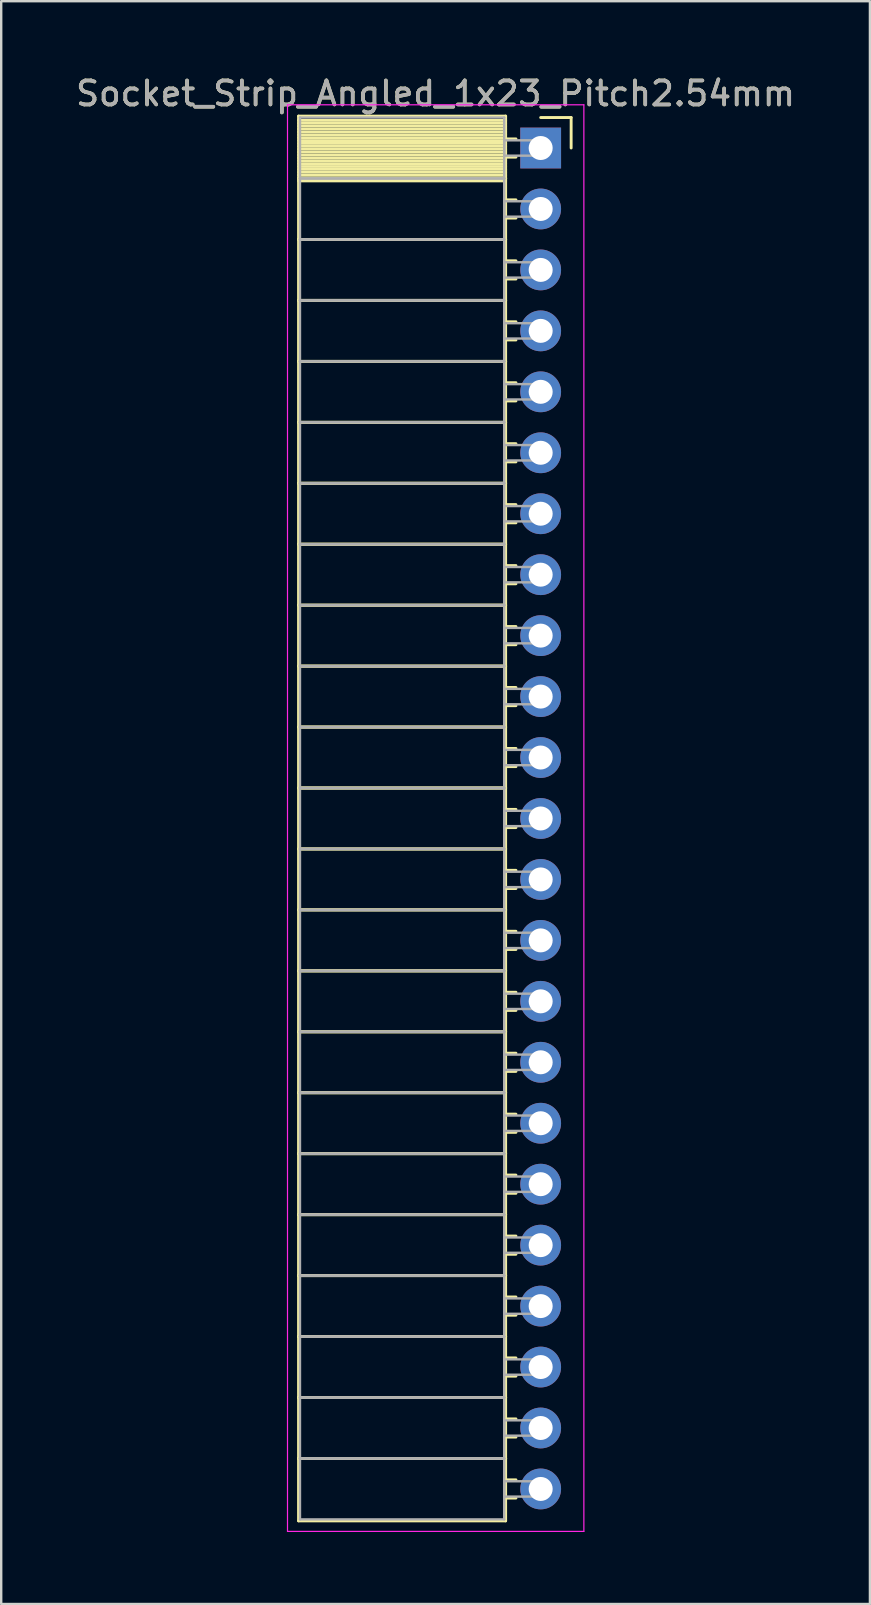
<source format=kicad_pcb>
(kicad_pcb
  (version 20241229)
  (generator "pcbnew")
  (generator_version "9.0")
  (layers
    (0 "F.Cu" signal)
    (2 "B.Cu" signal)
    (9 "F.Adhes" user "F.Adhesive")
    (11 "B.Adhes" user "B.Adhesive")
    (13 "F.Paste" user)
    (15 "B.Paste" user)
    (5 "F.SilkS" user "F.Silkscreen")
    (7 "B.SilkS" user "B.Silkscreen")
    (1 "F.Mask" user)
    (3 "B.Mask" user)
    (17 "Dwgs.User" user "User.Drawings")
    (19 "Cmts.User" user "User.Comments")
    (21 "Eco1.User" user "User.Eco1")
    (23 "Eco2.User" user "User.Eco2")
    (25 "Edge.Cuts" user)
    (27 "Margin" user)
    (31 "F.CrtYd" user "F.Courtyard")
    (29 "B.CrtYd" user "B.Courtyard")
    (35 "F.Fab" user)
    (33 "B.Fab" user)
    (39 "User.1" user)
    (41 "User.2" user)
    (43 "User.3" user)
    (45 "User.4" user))
  (footprint "Socket_Strip_Angled_1x23_Pitch2.54mm"
    (layer "F.Cu")
    (at 19.481 3.118)
    (property "Reference" "Socket_Strip_Angled_1x23_Pitch2.54mm" (at -4.38 -2.27 0) (layer "F.SilkS") (effects (font (size 1 1) (thickness 0.15))))
    (attr through_hole)
    (fp_line (start -10.09 -1.33) (end -1.46 -1.33) (stroke (width 0.12) (type solid)) (layer "F.SilkS"))
    (fp_line (start -10.09 1.27) (end -10.09 -1.33) (stroke (width 0.12) (type solid)) (layer "F.SilkS"))
    (fp_line (start -10.09 1.27) (end -1.46 1.27) (stroke (width 0.12) (type solid)) (layer "F.SilkS"))
    (fp_line (start -10.09 3.81) (end -10.09 1.27) (stroke (width 0.12) (type solid)) (layer "F.SilkS"))
    (fp_line (start -10.09 3.81) (end -1.46 3.81) (stroke (width 0.12) (type solid)) (layer "F.SilkS"))
    (fp_line (start -10.09 6.35) (end -10.09 3.81) (stroke (width 0.12) (type solid)) (layer "F.SilkS"))
    (fp_line (start -10.09 6.35) (end -1.46 6.35) (stroke (width 0.12) (type solid)) (layer "F.SilkS"))
    (fp_line (start -10.09 8.89) (end -10.09 6.35) (stroke (width 0.12) (type solid)) (layer "F.SilkS"))
    (fp_line (start -10.09 8.89) (end -1.46 8.89) (stroke (width 0.12) (type solid)) (layer "F.SilkS"))
    (fp_line (start -10.09 11.43) (end -10.09 8.89) (stroke (width 0.12) (type solid)) (layer "F.SilkS"))
    (fp_line (start -10.09 11.43) (end -1.46 11.43) (stroke (width 0.12) (type solid)) (layer "F.SilkS"))
    (fp_line (start -10.09 13.97) (end -10.09 11.43) (stroke (width 0.12) (type solid)) (layer "F.SilkS"))
    (fp_line (start -10.09 13.97) (end -1.46 13.97) (stroke (width 0.12) (type solid)) (layer "F.SilkS"))
    (fp_line (start -10.09 16.51) (end -10.09 13.97) (stroke (width 0.12) (type solid)) (layer "F.SilkS"))
    (fp_line (start -10.09 16.51) (end -1.46 16.51) (stroke (width 0.12) (type solid)) (layer "F.SilkS"))
    (fp_line (start -10.09 19.05) (end -10.09 16.51) (stroke (width 0.12) (type solid)) (layer "F.SilkS"))
    (fp_line (start -10.09 19.05) (end -1.46 19.05) (stroke (width 0.12) (type solid)) (layer "F.SilkS"))
    (fp_line (start -10.09 21.59) (end -10.09 19.05) (stroke (width 0.12) (type solid)) (layer "F.SilkS"))
    (fp_line (start -10.09 21.59) (end -1.46 21.59) (stroke (width 0.12) (type solid)) (layer "F.SilkS"))
    (fp_line (start -10.09 24.13) (end -10.09 21.59) (stroke (width 0.12) (type solid)) (layer "F.SilkS"))
    (fp_line (start -10.09 24.13) (end -1.46 24.13) (stroke (width 0.12) (type solid)) (layer "F.SilkS"))
    (fp_line (start -10.09 26.67) (end -10.09 24.13) (stroke (width 0.12) (type solid)) (layer "F.SilkS"))
    (fp_line (start -10.09 26.67) (end -1.46 26.67) (stroke (width 0.12) (type solid)) (layer "F.SilkS"))
    (fp_line (start -10.09 29.21) (end -10.09 26.67) (stroke (width 0.12) (type solid)) (layer "F.SilkS"))
    (fp_line (start -10.09 29.21) (end -1.46 29.21) (stroke (width 0.12) (type solid)) (layer "F.SilkS"))
    (fp_line (start -10.09 31.75) (end -10.09 29.21) (stroke (width 0.12) (type solid)) (layer "F.SilkS"))
    (fp_line (start -10.09 31.75) (end -1.46 31.75) (stroke (width 0.12) (type solid)) (layer "F.SilkS"))
    (fp_line (start -10.09 34.29) (end -10.09 31.75) (stroke (width 0.12) (type solid)) (layer "F.SilkS"))
    (fp_line (start -10.09 34.29) (end -1.46 34.29) (stroke (width 0.12) (type solid)) (layer "F.SilkS"))
    (fp_line (start -10.09 36.83) (end -10.09 34.29) (stroke (width 0.12) (type solid)) (layer "F.SilkS"))
    (fp_line (start -10.09 36.83) (end -1.46 36.83) (stroke (width 0.12) (type solid)) (layer "F.SilkS"))
    (fp_line (start -10.09 39.37) (end -10.09 36.83) (stroke (width 0.12) (type solid)) (layer "F.SilkS"))
    (fp_line (start -10.09 39.37) (end -1.46 39.37) (stroke (width 0.12) (type solid)) (layer "F.SilkS"))
    (fp_line (start -10.09 41.91) (end -10.09 39.37) (stroke (width 0.12) (type solid)) (layer "F.SilkS"))
    (fp_line (start -10.09 41.91) (end -1.46 41.91) (stroke (width 0.12) (type solid)) (layer "F.SilkS"))
    (fp_line (start -10.09 44.45) (end -10.09 41.91) (stroke (width 0.12) (type solid)) (layer "F.SilkS"))
    (fp_line (start -10.09 44.45) (end -1.46 44.45) (stroke (width 0.12) (type solid)) (layer "F.SilkS"))
    (fp_line (start -10.09 46.99) (end -10.09 44.45) (stroke (width 0.12) (type solid)) (layer "F.SilkS"))
    (fp_line (start -10.09 46.99) (end -1.46 46.99) (stroke (width 0.12) (type solid)) (layer "F.SilkS"))
    (fp_line (start -10.09 49.53) (end -10.09 46.99) (stroke (width 0.12) (type solid)) (layer "F.SilkS"))
    (fp_line (start -10.09 49.53) (end -1.46 49.53) (stroke (width 0.12) (type solid)) (layer "F.SilkS"))
    (fp_line (start -10.09 52.07) (end -10.09 49.53) (stroke (width 0.12) (type solid)) (layer "F.SilkS"))
    (fp_line (start -10.09 52.07) (end -1.46 52.07) (stroke (width 0.12) (type solid)) (layer "F.SilkS"))
    (fp_line (start -10.09 54.61) (end -10.09 52.07) (stroke (width 0.12) (type solid)) (layer "F.SilkS"))
    (fp_line (start -10.09 54.61) (end -1.46 54.61) (stroke (width 0.12) (type solid)) (layer "F.SilkS"))
    (fp_line (start -10.09 57.21) (end -10.09 54.61) (stroke (width 0.12) (type solid)) (layer "F.SilkS"))
    (fp_line (start -1.46 -1.33) (end -1.46 1.27) (stroke (width 0.12) (type solid)) (layer "F.SilkS"))
    (fp_line (start -1.46 -1.15) (end -10.09 -1.15) (stroke (width 0.12) (type solid)) (layer "F.SilkS"))
    (fp_line (start -1.46 -1.03) (end -10.09 -1.03) (stroke (width 0.12) (type solid)) (layer "F.SilkS"))
    (fp_line (start -1.46 -0.91) (end -10.09 -0.91) (stroke (width 0.12) (type solid)) (layer "F.SilkS"))
    (fp_line (start -1.46 -0.79) (end -10.09 -0.79) (stroke (width 0.12) (type solid)) (layer "F.SilkS"))
    (fp_line (start -1.46 -0.67) (end -10.09 -0.67) (stroke (width 0.12) (type solid)) (layer "F.SilkS"))
    (fp_line (start -1.46 -0.55) (end -10.09 -0.55) (stroke (width 0.12) (type solid)) (layer "F.SilkS"))
    (fp_line (start -1.46 -0.43) (end -10.09 -0.43) (stroke (width 0.12) (type solid)) (layer "F.SilkS"))
    (fp_line (start -1.46 -0.31) (end -10.09 -0.31) (stroke (width 0.12) (type solid)) (layer "F.SilkS"))
    (fp_line (start -1.46 -0.19) (end -10.09 -0.19) (stroke (width 0.12) (type solid)) (layer "F.SilkS"))
    (fp_line (start -1.46 -0.07) (end -10.09 -0.07) (stroke (width 0.12) (type solid)) (layer "F.SilkS"))
    (fp_line (start -1.46 0.05) (end -10.09 0.05) (stroke (width 0.12) (type solid)) (layer "F.SilkS"))
    (fp_line (start -1.46 0.17) (end -10.09 0.17) (stroke (width 0.12) (type solid)) (layer "F.SilkS"))
    (fp_line (start -1.46 0.29) (end -10.09 0.29) (stroke (width 0.12) (type solid)) (layer "F.SilkS"))
    (fp_line (start -1.46 0.41) (end -10.09 0.41) (stroke (width 0.12) (type solid)) (layer "F.SilkS"))
    (fp_line (start -1.46 0.53) (end -10.09 0.53) (stroke (width 0.12) (type solid)) (layer "F.SilkS"))
    (fp_line (start -1.46 0.65) (end -10.09 0.65) (stroke (width 0.12) (type solid)) (layer "F.SilkS"))
    (fp_line (start -1.46 0.77) (end -10.09 0.77) (stroke (width 0.12) (type solid)) (layer "F.SilkS"))
    (fp_line (start -1.46 0.89) (end -10.09 0.89) (stroke (width 0.12) (type solid)) (layer "F.SilkS"))
    (fp_line (start -1.46 1.01) (end -10.09 1.01) (stroke (width 0.12) (type solid)) (layer "F.SilkS"))
    (fp_line (start -1.46 1.13) (end -10.09 1.13) (stroke (width 0.12) (type solid)) (layer "F.SilkS"))
    (fp_line (start -1.46 1.25) (end -10.09 1.25) (stroke (width 0.12) (type solid)) (layer "F.SilkS"))
    (fp_line (start -1.46 1.27) (end -10.09 1.27) (stroke (width 0.12) (type solid)) (layer "F.SilkS"))
    (fp_line (start -1.46 1.27) (end -1.46 3.81) (stroke (width 0.12) (type solid)) (layer "F.SilkS"))
    (fp_line (start -1.46 1.37) (end -10.09 1.37) (stroke (width 0.12) (type solid)) (layer "F.SilkS"))
    (fp_line (start -1.46 3.81) (end -10.09 3.81) (stroke (width 0.12) (type solid)) (layer "F.SilkS"))
    (fp_line (start -1.46 3.81) (end -1.46 6.35) (stroke (width 0.12) (type solid)) (layer "F.SilkS"))
    (fp_line (start -1.46 6.35) (end -10.09 6.35) (stroke (width 0.12) (type solid)) (layer "F.SilkS"))
    (fp_line (start -1.46 6.35) (end -1.46 8.89) (stroke (width 0.12) (type solid)) (layer "F.SilkS"))
    (fp_line (start -1.46 8.89) (end -10.09 8.89) (stroke (width 0.12) (type solid)) (layer "F.SilkS"))
    (fp_line (start -1.46 8.89) (end -1.46 11.43) (stroke (width 0.12) (type solid)) (layer "F.SilkS"))
    (fp_line (start -1.46 11.43) (end -10.09 11.43) (stroke (width 0.12) (type solid)) (layer "F.SilkS"))
    (fp_line (start -1.46 11.43) (end -1.46 13.97) (stroke (width 0.12) (type solid)) (layer "F.SilkS"))
    (fp_line (start -1.46 13.97) (end -10.09 13.97) (stroke (width 0.12) (type solid)) (layer "F.SilkS"))
    (fp_line (start -1.46 13.97) (end -1.46 16.51) (stroke (width 0.12) (type solid)) (layer "F.SilkS"))
    (fp_line (start -1.46 16.51) (end -10.09 16.51) (stroke (width 0.12) (type solid)) (layer "F.SilkS"))
    (fp_line (start -1.46 16.51) (end -1.46 19.05) (stroke (width 0.12) (type solid)) (layer "F.SilkS"))
    (fp_line (start -1.46 19.05) (end -10.09 19.05) (stroke (width 0.12) (type solid)) (layer "F.SilkS"))
    (fp_line (start -1.46 19.05) (end -1.46 21.59) (stroke (width 0.12) (type solid)) (layer "F.SilkS"))
    (fp_line (start -1.46 21.59) (end -10.09 21.59) (stroke (width 0.12) (type solid)) (layer "F.SilkS"))
    (fp_line (start -1.46 21.59) (end -1.46 24.13) (stroke (width 0.12) (type solid)) (layer "F.SilkS"))
    (fp_line (start -1.46 24.13) (end -10.09 24.13) (stroke (width 0.12) (type solid)) (layer "F.SilkS"))
    (fp_line (start -1.46 24.13) (end -1.46 26.67) (stroke (width 0.12) (type solid)) (layer "F.SilkS"))
    (fp_line (start -1.46 26.67) (end -10.09 26.67) (stroke (width 0.12) (type solid)) (layer "F.SilkS"))
    (fp_line (start -1.46 26.67) (end -1.46 29.21) (stroke (width 0.12) (type solid)) (layer "F.SilkS"))
    (fp_line (start -1.46 29.21) (end -10.09 29.21) (stroke (width 0.12) (type solid)) (layer "F.SilkS"))
    (fp_line (start -1.46 29.21) (end -1.46 31.75) (stroke (width 0.12) (type solid)) (layer "F.SilkS"))
    (fp_line (start -1.46 31.75) (end -10.09 31.75) (stroke (width 0.12) (type solid)) (layer "F.SilkS"))
    (fp_line (start -1.46 31.75) (end -1.46 34.29) (stroke (width 0.12) (type solid)) (layer "F.SilkS"))
    (fp_line (start -1.46 34.29) (end -10.09 34.29) (stroke (width 0.12) (type solid)) (layer "F.SilkS"))
    (fp_line (start -1.46 34.29) (end -1.46 36.83) (stroke (width 0.12) (type solid)) (layer "F.SilkS"))
    (fp_line (start -1.46 36.83) (end -10.09 36.83) (stroke (width 0.12) (type solid)) (layer "F.SilkS"))
    (fp_line (start -1.46 36.83) (end -1.46 39.37) (stroke (width 0.12) (type solid)) (layer "F.SilkS"))
    (fp_line (start -1.46 39.37) (end -10.09 39.37) (stroke (width 0.12) (type solid)) (layer "F.SilkS"))
    (fp_line (start -1.46 39.37) (end -1.46 41.91) (stroke (width 0.12) (type solid)) (layer "F.SilkS"))
    (fp_line (start -1.46 41.91) (end -10.09 41.91) (stroke (width 0.12) (type solid)) (layer "F.SilkS"))
    (fp_line (start -1.46 41.91) (end -1.46 44.45) (stroke (width 0.12) (type solid)) (layer "F.SilkS"))
    (fp_line (start -1.46 44.45) (end -10.09 44.45) (stroke (width 0.12) (type solid)) (layer "F.SilkS"))
    (fp_line (start -1.46 44.45) (end -1.46 46.99) (stroke (width 0.12) (type solid)) (layer "F.SilkS"))
    (fp_line (start -1.46 46.99) (end -10.09 46.99) (stroke (width 0.12) (type solid)) (layer "F.SilkS"))
    (fp_line (start -1.46 46.99) (end -1.46 49.53) (stroke (width 0.12) (type solid)) (layer "F.SilkS"))
    (fp_line (start -1.46 49.53) (end -10.09 49.53) (stroke (width 0.12) (type solid)) (layer "F.SilkS"))
    (fp_line (start -1.46 49.53) (end -1.46 52.07) (stroke (width 0.12) (type solid)) (layer "F.SilkS"))
    (fp_line (start -1.46 52.07) (end -10.09 52.07) (stroke (width 0.12) (type solid)) (layer "F.SilkS"))
    (fp_line (start -1.46 52.07) (end -1.46 54.61) (stroke (width 0.12) (type solid)) (layer "F.SilkS"))
    (fp_line (start -1.46 54.61) (end -10.09 54.61) (stroke (width 0.12) (type solid)) (layer "F.SilkS"))
    (fp_line (start -1.46 54.61) (end -1.46 57.21) (stroke (width 0.12) (type solid)) (layer "F.SilkS"))
    (fp_line (start -1.46 57.21) (end -10.09 57.21) (stroke (width 0.12) (type solid)) (layer "F.SilkS"))
    (fp_line (start -1.03 -0.38) (end -1.46 -0.38) (stroke (width 0.12) (type solid)) (layer "F.SilkS"))
    (fp_line (start -1.03 0.38) (end -1.46 0.38) (stroke (width 0.12) (type solid)) (layer "F.SilkS"))
    (fp_line (start -1.03 2.16) (end -1.46 2.16) (stroke (width 0.12) (type solid)) (layer "F.SilkS"))
    (fp_line (start -1.03 2.92) (end -1.46 2.92) (stroke (width 0.12) (type solid)) (layer "F.SilkS"))
    (fp_line (start -1.03 4.7) (end -1.46 4.7) (stroke (width 0.12) (type solid)) (layer "F.SilkS"))
    (fp_line (start -1.03 5.46) (end -1.46 5.46) (stroke (width 0.12) (type solid)) (layer "F.SilkS"))
    (fp_line (start -1.03 7.24) (end -1.46 7.24) (stroke (width 0.12) (type solid)) (layer "F.SilkS"))
    (fp_line (start -1.03 8) (end -1.46 8) (stroke (width 0.12) (type solid)) (layer "F.SilkS"))
    (fp_line (start -1.03 9.78) (end -1.46 9.78) (stroke (width 0.12) (type solid)) (layer "F.SilkS"))
    (fp_line (start -1.03 10.54) (end -1.46 10.54) (stroke (width 0.12) (type solid)) (layer "F.SilkS"))
    (fp_line (start -1.03 12.32) (end -1.46 12.32) (stroke (width 0.12) (type solid)) (layer "F.SilkS"))
    (fp_line (start -1.03 13.08) (end -1.46 13.08) (stroke (width 0.12) (type solid)) (layer "F.SilkS"))
    (fp_line (start -1.03 14.86) (end -1.46 14.86) (stroke (width 0.12) (type solid)) (layer "F.SilkS"))
    (fp_line (start -1.03 15.62) (end -1.46 15.62) (stroke (width 0.12) (type solid)) (layer "F.SilkS"))
    (fp_line (start -1.03 17.4) (end -1.46 17.4) (stroke (width 0.12) (type solid)) (layer "F.SilkS"))
    (fp_line (start -1.03 18.16) (end -1.46 18.16) (stroke (width 0.12) (type solid)) (layer "F.SilkS"))
    (fp_line (start -1.03 19.94) (end -1.46 19.94) (stroke (width 0.12) (type solid)) (layer "F.SilkS"))
    (fp_line (start -1.03 20.7) (end -1.46 20.7) (stroke (width 0.12) (type solid)) (layer "F.SilkS"))
    (fp_line (start -1.03 22.48) (end -1.46 22.48) (stroke (width 0.12) (type solid)) (layer "F.SilkS"))
    (fp_line (start -1.03 23.24) (end -1.46 23.24) (stroke (width 0.12) (type solid)) (layer "F.SilkS"))
    (fp_line (start -1.03 25.02) (end -1.46 25.02) (stroke (width 0.12) (type solid)) (layer "F.SilkS"))
    (fp_line (start -1.03 25.78) (end -1.46 25.78) (stroke (width 0.12) (type solid)) (layer "F.SilkS"))
    (fp_line (start -1.03 27.56) (end -1.46 27.56) (stroke (width 0.12) (type solid)) (layer "F.SilkS"))
    (fp_line (start -1.03 28.32) (end -1.46 28.32) (stroke (width 0.12) (type solid)) (layer "F.SilkS"))
    (fp_line (start -1.03 30.1) (end -1.46 30.1) (stroke (width 0.12) (type solid)) (layer "F.SilkS"))
    (fp_line (start -1.03 30.86) (end -1.46 30.86) (stroke (width 0.12) (type solid)) (layer "F.SilkS"))
    (fp_line (start -1.03 32.64) (end -1.46 32.64) (stroke (width 0.12) (type solid)) (layer "F.SilkS"))
    (fp_line (start -1.03 33.4) (end -1.46 33.4) (stroke (width 0.12) (type solid)) (layer "F.SilkS"))
    (fp_line (start -1.03 35.18) (end -1.46 35.18) (stroke (width 0.12) (type solid)) (layer "F.SilkS"))
    (fp_line (start -1.03 35.94) (end -1.46 35.94) (stroke (width 0.12) (type solid)) (layer "F.SilkS"))
    (fp_line (start -1.03 37.72) (end -1.46 37.72) (stroke (width 0.12) (type solid)) (layer "F.SilkS"))
    (fp_line (start -1.03 38.48) (end -1.46 38.48) (stroke (width 0.12) (type solid)) (layer "F.SilkS"))
    (fp_line (start -1.03 40.26) (end -1.46 40.26) (stroke (width 0.12) (type solid)) (layer "F.SilkS"))
    (fp_line (start -1.03 41.02) (end -1.46 41.02) (stroke (width 0.12) (type solid)) (layer "F.SilkS"))
    (fp_line (start -1.03 42.8) (end -1.46 42.8) (stroke (width 0.12) (type solid)) (layer "F.SilkS"))
    (fp_line (start -1.03 43.56) (end -1.46 43.56) (stroke (width 0.12) (type solid)) (layer "F.SilkS"))
    (fp_line (start -1.03 45.34) (end -1.46 45.34) (stroke (width 0.12) (type solid)) (layer "F.SilkS"))
    (fp_line (start -1.03 46.1) (end -1.46 46.1) (stroke (width 0.12) (type solid)) (layer "F.SilkS"))
    (fp_line (start -1.03 47.88) (end -1.46 47.88) (stroke (width 0.12) (type solid)) (layer "F.SilkS"))
    (fp_line (start -1.03 48.64) (end -1.46 48.64) (stroke (width 0.12) (type solid)) (layer "F.SilkS"))
    (fp_line (start -1.03 50.42) (end -1.46 50.42) (stroke (width 0.12) (type solid)) (layer "F.SilkS"))
    (fp_line (start -1.03 51.18) (end -1.46 51.18) (stroke (width 0.12) (type solid)) (layer "F.SilkS"))
    (fp_line (start -1.03 52.96) (end -1.46 52.96) (stroke (width 0.12) (type solid)) (layer "F.SilkS"))
    (fp_line (start -1.03 53.72) (end -1.46 53.72) (stroke (width 0.12) (type solid)) (layer "F.SilkS"))
    (fp_line (start -1.03 55.5) (end -1.46 55.5) (stroke (width 0.12) (type solid)) (layer "F.SilkS"))
    (fp_line (start -1.03 56.26) (end -1.46 56.26) (stroke (width 0.12) (type solid)) (layer "F.SilkS"))
    (fp_line (start 0 -1.27) (end 1.27 -1.27) (stroke (width 0.12) (type solid)) (layer "F.SilkS"))
    (fp_line (start 1.27 -1.27) (end 1.27 0) (stroke (width 0.12) (type solid)) (layer "F.SilkS"))
    (fp_line (start -10.55 -1.8) (end 1.8 -1.8) (stroke (width 0.05) (type solid)) (layer "F.CrtYd"))
    (fp_line (start -10.55 57.65) (end -10.55 -1.8) (stroke (width 0.05) (type solid)) (layer "F.CrtYd"))
    (fp_line (start 1.8 -1.8) (end 1.8 57.65) (stroke (width 0.05) (type solid)) (layer "F.CrtYd"))
    (fp_line (start 1.8 57.65) (end -10.55 57.65) (stroke (width 0.05) (type solid)) (layer "F.CrtYd"))
    (fp_line (start -10.03 -1.27) (end -1.52 -1.27) (stroke (width 0.1) (type solid)) (layer "F.Fab"))
    (fp_line (start -10.03 1.27) (end -10.03 -1.27) (stroke (width 0.1) (type solid)) (layer "F.Fab"))
    (fp_line (start -10.03 1.27) (end -1.52 1.27) (stroke (width 0.1) (type solid)) (layer "F.Fab"))
    (fp_line (start -10.03 3.81) (end -10.03 1.27) (stroke (width 0.1) (type solid)) (layer "F.Fab"))
    (fp_line (start -10.03 3.81) (end -1.52 3.81) (stroke (width 0.1) (type solid)) (layer "F.Fab"))
    (fp_line (start -10.03 6.35) (end -10.03 3.81) (stroke (width 0.1) (type solid)) (layer "F.Fab"))
    (fp_line (start -10.03 6.35) (end -1.52 6.35) (stroke (width 0.1) (type solid)) (layer "F.Fab"))
    (fp_line (start -10.03 8.89) (end -10.03 6.35) (stroke (width 0.1) (type solid)) (layer "F.Fab"))
    (fp_line (start -10.03 8.89) (end -1.52 8.89) (stroke (width 0.1) (type solid)) (layer "F.Fab"))
    (fp_line (start -10.03 11.43) (end -10.03 8.89) (stroke (width 0.1) (type solid)) (layer "F.Fab"))
    (fp_line (start -10.03 11.43) (end -1.52 11.43) (stroke (width 0.1) (type solid)) (layer "F.Fab"))
    (fp_line (start -10.03 13.97) (end -10.03 11.43) (stroke (width 0.1) (type solid)) (layer "F.Fab"))
    (fp_line (start -10.03 13.97) (end -1.52 13.97) (stroke (width 0.1) (type solid)) (layer "F.Fab"))
    (fp_line (start -10.03 16.51) (end -10.03 13.97) (stroke (width 0.1) (type solid)) (layer "F.Fab"))
    (fp_line (start -10.03 16.51) (end -1.52 16.51) (stroke (width 0.1) (type solid)) (layer "F.Fab"))
    (fp_line (start -10.03 19.05) (end -10.03 16.51) (stroke (width 0.1) (type solid)) (layer "F.Fab"))
    (fp_line (start -10.03 19.05) (end -1.52 19.05) (stroke (width 0.1) (type solid)) (layer "F.Fab"))
    (fp_line (start -10.03 21.59) (end -10.03 19.05) (stroke (width 0.1) (type solid)) (layer "F.Fab"))
    (fp_line (start -10.03 21.59) (end -1.52 21.59) (stroke (width 0.1) (type solid)) (layer "F.Fab"))
    (fp_line (start -10.03 24.13) (end -10.03 21.59) (stroke (width 0.1) (type solid)) (layer "F.Fab"))
    (fp_line (start -10.03 24.13) (end -1.52 24.13) (stroke (width 0.1) (type solid)) (layer "F.Fab"))
    (fp_line (start -10.03 26.67) (end -10.03 24.13) (stroke (width 0.1) (type solid)) (layer "F.Fab"))
    (fp_line (start -10.03 26.67) (end -1.52 26.67) (stroke (width 0.1) (type solid)) (layer "F.Fab"))
    (fp_line (start -10.03 29.21) (end -10.03 26.67) (stroke (width 0.1) (type solid)) (layer "F.Fab"))
    (fp_line (start -10.03 29.21) (end -1.52 29.21) (stroke (width 0.1) (type solid)) (layer "F.Fab"))
    (fp_line (start -10.03 31.75) (end -10.03 29.21) (stroke (width 0.1) (type solid)) (layer "F.Fab"))
    (fp_line (start -10.03 31.75) (end -1.52 31.75) (stroke (width 0.1) (type solid)) (layer "F.Fab"))
    (fp_line (start -10.03 34.29) (end -10.03 31.75) (stroke (width 0.1) (type solid)) (layer "F.Fab"))
    (fp_line (start -10.03 34.29) (end -1.52 34.29) (stroke (width 0.1) (type solid)) (layer "F.Fab"))
    (fp_line (start -10.03 36.83) (end -10.03 34.29) (stroke (width 0.1) (type solid)) (layer "F.Fab"))
    (fp_line (start -10.03 36.83) (end -1.52 36.83) (stroke (width 0.1) (type solid)) (layer "F.Fab"))
    (fp_line (start -10.03 39.37) (end -10.03 36.83) (stroke (width 0.1) (type solid)) (layer "F.Fab"))
    (fp_line (start -10.03 39.37) (end -1.52 39.37) (stroke (width 0.1) (type solid)) (layer "F.Fab"))
    (fp_line (start -10.03 41.91) (end -10.03 39.37) (stroke (width 0.1) (type solid)) (layer "F.Fab"))
    (fp_line (start -10.03 41.91) (end -1.52 41.91) (stroke (width 0.1) (type solid)) (layer "F.Fab"))
    (fp_line (start -10.03 44.45) (end -10.03 41.91) (stroke (width 0.1) (type solid)) (layer "F.Fab"))
    (fp_line (start -10.03 44.45) (end -1.52 44.45) (stroke (width 0.1) (type solid)) (layer "F.Fab"))
    (fp_line (start -10.03 46.99) (end -10.03 44.45) (stroke (width 0.1) (type solid)) (layer "F.Fab"))
    (fp_line (start -10.03 46.99) (end -1.52 46.99) (stroke (width 0.1) (type solid)) (layer "F.Fab"))
    (fp_line (start -10.03 49.53) (end -10.03 46.99) (stroke (width 0.1) (type solid)) (layer "F.Fab"))
    (fp_line (start -10.03 49.53) (end -1.52 49.53) (stroke (width 0.1) (type solid)) (layer "F.Fab"))
    (fp_line (start -10.03 52.07) (end -10.03 49.53) (stroke (width 0.1) (type solid)) (layer "F.Fab"))
    (fp_line (start -10.03 52.07) (end -1.52 52.07) (stroke (width 0.1) (type solid)) (layer "F.Fab"))
    (fp_line (start -10.03 54.61) (end -10.03 52.07) (stroke (width 0.1) (type solid)) (layer "F.Fab"))
    (fp_line (start -10.03 54.61) (end -1.52 54.61) (stroke (width 0.1) (type solid)) (layer "F.Fab"))
    (fp_line (start -10.03 57.15) (end -10.03 54.61) (stroke (width 0.1) (type solid)) (layer "F.Fab"))
    (fp_line (start -1.52 -1.27) (end -1.52 1.27) (stroke (width 0.1) (type solid)) (layer "F.Fab"))
    (fp_line (start -1.52 -0.32) (end 0 -0.32) (stroke (width 0.1) (type solid)) (layer "F.Fab"))
    (fp_line (start -1.52 0.32) (end -1.52 -0.32) (stroke (width 0.1) (type solid)) (layer "F.Fab"))
    (fp_line (start -1.52 1.27) (end -10.03 1.27) (stroke (width 0.1) (type solid)) (layer "F.Fab"))
    (fp_line (start -1.52 1.27) (end -1.52 3.81) (stroke (width 0.1) (type solid)) (layer "F.Fab"))
    (fp_line (start -1.52 2.22) (end 0 2.22) (stroke (width 0.1) (type solid)) (layer "F.Fab"))
    (fp_line (start -1.52 2.86) (end -1.52 2.22) (stroke (width 0.1) (type solid)) (layer "F.Fab"))
    (fp_line (start -1.52 3.81) (end -10.03 3.81) (stroke (width 0.1) (type solid)) (layer "F.Fab"))
    (fp_line (start -1.52 3.81) (end -1.52 6.35) (stroke (width 0.1) (type solid)) (layer "F.Fab"))
    (fp_line (start -1.52 4.76) (end 0 4.76) (stroke (width 0.1) (type solid)) (layer "F.Fab"))
    (fp_line (start -1.52 5.4) (end -1.52 4.76) (stroke (width 0.1) (type solid)) (layer "F.Fab"))
    (fp_line (start -1.52 6.35) (end -10.03 6.35) (stroke (width 0.1) (type solid)) (layer "F.Fab"))
    (fp_line (start -1.52 6.35) (end -1.52 8.89) (stroke (width 0.1) (type solid)) (layer "F.Fab"))
    (fp_line (start -1.52 7.3) (end 0 7.3) (stroke (width 0.1) (type solid)) (layer "F.Fab"))
    (fp_line (start -1.52 7.94) (end -1.52 7.3) (stroke (width 0.1) (type solid)) (layer "F.Fab"))
    (fp_line (start -1.52 8.89) (end -10.03 8.89) (stroke (width 0.1) (type solid)) (layer "F.Fab"))
    (fp_line (start -1.52 8.89) (end -1.52 11.43) (stroke (width 0.1) (type solid)) (layer "F.Fab"))
    (fp_line (start -1.52 9.84) (end 0 9.84) (stroke (width 0.1) (type solid)) (layer "F.Fab"))
    (fp_line (start -1.52 10.48) (end -1.52 9.84) (stroke (width 0.1) (type solid)) (layer "F.Fab"))
    (fp_line (start -1.52 11.43) (end -10.03 11.43) (stroke (width 0.1) (type solid)) (layer "F.Fab"))
    (fp_line (start -1.52 11.43) (end -1.52 13.97) (stroke (width 0.1) (type solid)) (layer "F.Fab"))
    (fp_line (start -1.52 12.38) (end 0 12.38) (stroke (width 0.1) (type solid)) (layer "F.Fab"))
    (fp_line (start -1.52 13.02) (end -1.52 12.38) (stroke (width 0.1) (type solid)) (layer "F.Fab"))
    (fp_line (start -1.52 13.97) (end -10.03 13.97) (stroke (width 0.1) (type solid)) (layer "F.Fab"))
    (fp_line (start -1.52 13.97) (end -1.52 16.51) (stroke (width 0.1) (type solid)) (layer "F.Fab"))
    (fp_line (start -1.52 14.92) (end 0 14.92) (stroke (width 0.1) (type solid)) (layer "F.Fab"))
    (fp_line (start -1.52 15.56) (end -1.52 14.92) (stroke (width 0.1) (type solid)) (layer "F.Fab"))
    (fp_line (start -1.52 16.51) (end -10.03 16.51) (stroke (width 0.1) (type solid)) (layer "F.Fab"))
    (fp_line (start -1.52 16.51) (end -1.52 19.05) (stroke (width 0.1) (type solid)) (layer "F.Fab"))
    (fp_line (start -1.52 17.46) (end 0 17.46) (stroke (width 0.1) (type solid)) (layer "F.Fab"))
    (fp_line (start -1.52 18.1) (end -1.52 17.46) (stroke (width 0.1) (type solid)) (layer "F.Fab"))
    (fp_line (start -1.52 19.05) (end -10.03 19.05) (stroke (width 0.1) (type solid)) (layer "F.Fab"))
    (fp_line (start -1.52 19.05) (end -1.52 21.59) (stroke (width 0.1) (type solid)) (layer "F.Fab"))
    (fp_line (start -1.52 20) (end 0 20) (stroke (width 0.1) (type solid)) (layer "F.Fab"))
    (fp_line (start -1.52 20.64) (end -1.52 20) (stroke (width 0.1) (type solid)) (layer "F.Fab"))
    (fp_line (start -1.52 21.59) (end -10.03 21.59) (stroke (width 0.1) (type solid)) (layer "F.Fab"))
    (fp_line (start -1.52 21.59) (end -1.52 24.13) (stroke (width 0.1) (type solid)) (layer "F.Fab"))
    (fp_line (start -1.52 22.54) (end 0 22.54) (stroke (width 0.1) (type solid)) (layer "F.Fab"))
    (fp_line (start -1.52 23.18) (end -1.52 22.54) (stroke (width 0.1) (type solid)) (layer "F.Fab"))
    (fp_line (start -1.52 24.13) (end -10.03 24.13) (stroke (width 0.1) (type solid)) (layer "F.Fab"))
    (fp_line (start -1.52 24.13) (end -1.52 26.67) (stroke (width 0.1) (type solid)) (layer "F.Fab"))
    (fp_line (start -1.52 25.08) (end 0 25.08) (stroke (width 0.1) (type solid)) (layer "F.Fab"))
    (fp_line (start -1.52 25.72) (end -1.52 25.08) (stroke (width 0.1) (type solid)) (layer "F.Fab"))
    (fp_line (start -1.52 26.67) (end -10.03 26.67) (stroke (width 0.1) (type solid)) (layer "F.Fab"))
    (fp_line (start -1.52 26.67) (end -1.52 29.21) (stroke (width 0.1) (type solid)) (layer "F.Fab"))
    (fp_line (start -1.52 27.62) (end 0 27.62) (stroke (width 0.1) (type solid)) (layer "F.Fab"))
    (fp_line (start -1.52 28.26) (end -1.52 27.62) (stroke (width 0.1) (type solid)) (layer "F.Fab"))
    (fp_line (start -1.52 29.21) (end -10.03 29.21) (stroke (width 0.1) (type solid)) (layer "F.Fab"))
    (fp_line (start -1.52 29.21) (end -1.52 31.75) (stroke (width 0.1) (type solid)) (layer "F.Fab"))
    (fp_line (start -1.52 30.16) (end 0 30.16) (stroke (width 0.1) (type solid)) (layer "F.Fab"))
    (fp_line (start -1.52 30.8) (end -1.52 30.16) (stroke (width 0.1) (type solid)) (layer "F.Fab"))
    (fp_line (start -1.52 31.75) (end -10.03 31.75) (stroke (width 0.1) (type solid)) (layer "F.Fab"))
    (fp_line (start -1.52 31.75) (end -1.52 34.29) (stroke (width 0.1) (type solid)) (layer "F.Fab"))
    (fp_line (start -1.52 32.7) (end 0 32.7) (stroke (width 0.1) (type solid)) (layer "F.Fab"))
    (fp_line (start -1.52 33.34) (end -1.52 32.7) (stroke (width 0.1) (type solid)) (layer "F.Fab"))
    (fp_line (start -1.52 34.29) (end -10.03 34.29) (stroke (width 0.1) (type solid)) (layer "F.Fab"))
    (fp_line (start -1.52 34.29) (end -1.52 36.83) (stroke (width 0.1) (type solid)) (layer "F.Fab"))
    (fp_line (start -1.52 35.24) (end 0 35.24) (stroke (width 0.1) (type solid)) (layer "F.Fab"))
    (fp_line (start -1.52 35.88) (end -1.52 35.24) (stroke (width 0.1) (type solid)) (layer "F.Fab"))
    (fp_line (start -1.52 36.83) (end -10.03 36.83) (stroke (width 0.1) (type solid)) (layer "F.Fab"))
    (fp_line (start -1.52 36.83) (end -1.52 39.37) (stroke (width 0.1) (type solid)) (layer "F.Fab"))
    (fp_line (start -1.52 37.78) (end 0 37.78) (stroke (width 0.1) (type solid)) (layer "F.Fab"))
    (fp_line (start -1.52 38.42) (end -1.52 37.78) (stroke (width 0.1) (type solid)) (layer "F.Fab"))
    (fp_line (start -1.52 39.37) (end -10.03 39.37) (stroke (width 0.1) (type solid)) (layer "F.Fab"))
    (fp_line (start -1.52 39.37) (end -1.52 41.91) (stroke (width 0.1) (type solid)) (layer "F.Fab"))
    (fp_line (start -1.52 40.32) (end 0 40.32) (stroke (width 0.1) (type solid)) (layer "F.Fab"))
    (fp_line (start -1.52 40.96) (end -1.52 40.32) (stroke (width 0.1) (type solid)) (layer "F.Fab"))
    (fp_line (start -1.52 41.91) (end -10.03 41.91) (stroke (width 0.1) (type solid)) (layer "F.Fab"))
    (fp_line (start -1.52 41.91) (end -1.52 44.45) (stroke (width 0.1) (type solid)) (layer "F.Fab"))
    (fp_line (start -1.52 42.86) (end 0 42.86) (stroke (width 0.1) (type solid)) (layer "F.Fab"))
    (fp_line (start -1.52 43.5) (end -1.52 42.86) (stroke (width 0.1) (type solid)) (layer "F.Fab"))
    (fp_line (start -1.52 44.45) (end -10.03 44.45) (stroke (width 0.1) (type solid)) (layer "F.Fab"))
    (fp_line (start -1.52 44.45) (end -1.52 46.99) (stroke (width 0.1) (type solid)) (layer "F.Fab"))
    (fp_line (start -1.52 45.4) (end 0 45.4) (stroke (width 0.1) (type solid)) (layer "F.Fab"))
    (fp_line (start -1.52 46.04) (end -1.52 45.4) (stroke (width 0.1) (type solid)) (layer "F.Fab"))
    (fp_line (start -1.52 46.99) (end -10.03 46.99) (stroke (width 0.1) (type solid)) (layer "F.Fab"))
    (fp_line (start -1.52 46.99) (end -1.52 49.53) (stroke (width 0.1) (type solid)) (layer "F.Fab"))
    (fp_line (start -1.52 47.94) (end 0 47.94) (stroke (width 0.1) (type solid)) (layer "F.Fab"))
    (fp_line (start -1.52 48.58) (end -1.52 47.94) (stroke (width 0.1) (type solid)) (layer "F.Fab"))
    (fp_line (start -1.52 49.53) (end -10.03 49.53) (stroke (width 0.1) (type solid)) (layer "F.Fab"))
    (fp_line (start -1.52 49.53) (end -1.52 52.07) (stroke (width 0.1) (type solid)) (layer "F.Fab"))
    (fp_line (start -1.52 50.48) (end 0 50.48) (stroke (width 0.1) (type solid)) (layer "F.Fab"))
    (fp_line (start -1.52 51.12) (end -1.52 50.48) (stroke (width 0.1) (type solid)) (layer "F.Fab"))
    (fp_line (start -1.52 52.07) (end -10.03 52.07) (stroke (width 0.1) (type solid)) (layer "F.Fab"))
    (fp_line (start -1.52 52.07) (end -1.52 54.61) (stroke (width 0.1) (type solid)) (layer "F.Fab"))
    (fp_line (start -1.52 53.02) (end 0 53.02) (stroke (width 0.1) (type solid)) (layer "F.Fab"))
    (fp_line (start -1.52 53.66) (end -1.52 53.02) (stroke (width 0.1) (type solid)) (layer "F.Fab"))
    (fp_line (start -1.52 54.61) (end -10.03 54.61) (stroke (width 0.1) (type solid)) (layer "F.Fab"))
    (fp_line (start -1.52 54.61) (end -1.52 57.15) (stroke (width 0.1) (type solid)) (layer "F.Fab"))
    (fp_line (start -1.52 55.56) (end 0 55.56) (stroke (width 0.1) (type solid)) (layer "F.Fab"))
    (fp_line (start -1.52 56.2) (end -1.52 55.56) (stroke (width 0.1) (type solid)) (layer "F.Fab"))
    (fp_line (start -1.52 57.15) (end -10.03 57.15) (stroke (width 0.1) (type solid)) (layer "F.Fab"))
    (fp_line (start 0 -0.32) (end 0 0.32) (stroke (width 0.1) (type solid)) (layer "F.Fab"))
    (fp_line (start 0 0.32) (end -1.52 0.32) (stroke (width 0.1) (type solid)) (layer "F.Fab"))
    (fp_line (start 0 2.22) (end 0 2.86) (stroke (width 0.1) (type solid)) (layer "F.Fab"))
    (fp_line (start 0 2.86) (end -1.52 2.86) (stroke (width 0.1) (type solid)) (layer "F.Fab"))
    (fp_line (start 0 4.76) (end 0 5.4) (stroke (width 0.1) (type solid)) (layer "F.Fab"))
    (fp_line (start 0 5.4) (end -1.52 5.4) (stroke (width 0.1) (type solid)) (layer "F.Fab"))
    (fp_line (start 0 7.3) (end 0 7.94) (stroke (width 0.1) (type solid)) (layer "F.Fab"))
    (fp_line (start 0 7.94) (end -1.52 7.94) (stroke (width 0.1) (type solid)) (layer "F.Fab"))
    (fp_line (start 0 9.84) (end 0 10.48) (stroke (width 0.1) (type solid)) (layer "F.Fab"))
    (fp_line (start 0 10.48) (end -1.52 10.48) (stroke (width 0.1) (type solid)) (layer "F.Fab"))
    (fp_line (start 0 12.38) (end 0 13.02) (stroke (width 0.1) (type solid)) (layer "F.Fab"))
    (fp_line (start 0 13.02) (end -1.52 13.02) (stroke (width 0.1) (type solid)) (layer "F.Fab"))
    (fp_line (start 0 14.92) (end 0 15.56) (stroke (width 0.1) (type solid)) (layer "F.Fab"))
    (fp_line (start 0 15.56) (end -1.52 15.56) (stroke (width 0.1) (type solid)) (layer "F.Fab"))
    (fp_line (start 0 17.46) (end 0 18.1) (stroke (width 0.1) (type solid)) (layer "F.Fab"))
    (fp_line (start 0 18.1) (end -1.52 18.1) (stroke (width 0.1) (type solid)) (layer "F.Fab"))
    (fp_line (start 0 20) (end 0 20.64) (stroke (width 0.1) (type solid)) (layer "F.Fab"))
    (fp_line (start 0 20.64) (end -1.52 20.64) (stroke (width 0.1) (type solid)) (layer "F.Fab"))
    (fp_line (start 0 22.54) (end 0 23.18) (stroke (width 0.1) (type solid)) (layer "F.Fab"))
    (fp_line (start 0 23.18) (end -1.52 23.18) (stroke (width 0.1) (type solid)) (layer "F.Fab"))
    (fp_line (start 0 25.08) (end 0 25.72) (stroke (width 0.1) (type solid)) (layer "F.Fab"))
    (fp_line (start 0 25.72) (end -1.52 25.72) (stroke (width 0.1) (type solid)) (layer "F.Fab"))
    (fp_line (start 0 27.62) (end 0 28.26) (stroke (width 0.1) (type solid)) (layer "F.Fab"))
    (fp_line (start 0 28.26) (end -1.52 28.26) (stroke (width 0.1) (type solid)) (layer "F.Fab"))
    (fp_line (start 0 30.16) (end 0 30.8) (stroke (width 0.1) (type solid)) (layer "F.Fab"))
    (fp_line (start 0 30.8) (end -1.52 30.8) (stroke (width 0.1) (type solid)) (layer "F.Fab"))
    (fp_line (start 0 32.7) (end 0 33.34) (stroke (width 0.1) (type solid)) (layer "F.Fab"))
    (fp_line (start 0 33.34) (end -1.52 33.34) (stroke (width 0.1) (type solid)) (layer "F.Fab"))
    (fp_line (start 0 35.24) (end 0 35.88) (stroke (width 0.1) (type solid)) (layer "F.Fab"))
    (fp_line (start 0 35.88) (end -1.52 35.88) (stroke (width 0.1) (type solid)) (layer "F.Fab"))
    (fp_line (start 0 37.78) (end 0 38.42) (stroke (width 0.1) (type solid)) (layer "F.Fab"))
    (fp_line (start 0 38.42) (end -1.52 38.42) (stroke (width 0.1) (type solid)) (layer "F.Fab"))
    (fp_line (start 0 40.32) (end 0 40.96) (stroke (width 0.1) (type solid)) (layer "F.Fab"))
    (fp_line (start 0 40.96) (end -1.52 40.96) (stroke (width 0.1) (type solid)) (layer "F.Fab"))
    (fp_line (start 0 42.86) (end 0 43.5) (stroke (width 0.1) (type solid)) (layer "F.Fab"))
    (fp_line (start 0 43.5) (end -1.52 43.5) (stroke (width 0.1) (type solid)) (layer "F.Fab"))
    (fp_line (start 0 45.4) (end 0 46.04) (stroke (width 0.1) (type solid)) (layer "F.Fab"))
    (fp_line (start 0 46.04) (end -1.52 46.04) (stroke (width 0.1) (type solid)) (layer "F.Fab"))
    (fp_line (start 0 47.94) (end 0 48.58) (stroke (width 0.1) (type solid)) (layer "F.Fab"))
    (fp_line (start 0 48.58) (end -1.52 48.58) (stroke (width 0.1) (type solid)) (layer "F.Fab"))
    (fp_line (start 0 50.48) (end 0 51.12) (stroke (width 0.1) (type solid)) (layer "F.Fab"))
    (fp_line (start 0 51.12) (end -1.52 51.12) (stroke (width 0.1) (type solid)) (layer "F.Fab"))
    (fp_line (start 0 53.02) (end 0 53.66) (stroke (width 0.1) (type solid)) (layer "F.Fab"))
    (fp_line (start 0 53.66) (end -1.52 53.66) (stroke (width 0.1) (type solid)) (layer "F.Fab"))
    (fp_line (start 0 55.56) (end 0 56.2) (stroke (width 0.1) (type solid)) (layer "F.Fab"))
    (fp_line (start 0 56.2) (end -1.52 56.2) (stroke (width 0.1) (type solid)) (layer "F.Fab"))
    (fp_text user "${REFERENCE}" (at -4.38 -2.27 0) (layer "F.Fab") (effects (font (size 1 1) (thickness 0.15))))
    (pad "1" thru_hole rect (at 0 0) (size 1.7 1.7) (drill 1) (layers "*.Cu" "*.Mask"))
    (pad "2" thru_hole oval (at 0 2.54) (size 1.7 1.7) (drill 1) (layers "*.Cu" "*.Mask"))
    (pad "3" thru_hole oval (at 0 5.08) (size 1.7 1.7) (drill 1) (layers "*.Cu" "*.Mask"))
    (pad "4" thru_hole oval (at 0 7.62) (size 1.7 1.7) (drill 1) (layers "*.Cu" "*.Mask"))
    (pad "5" thru_hole oval (at 0 10.16) (size 1.7 1.7) (drill 1) (layers "*.Cu" "*.Mask"))
    (pad "6" thru_hole oval (at 0 12.7) (size 1.7 1.7) (drill 1) (layers "*.Cu" "*.Mask"))
    (pad "7" thru_hole oval (at 0 15.24) (size 1.7 1.7) (drill 1) (layers "*.Cu" "*.Mask"))
    (pad "8" thru_hole oval (at 0 17.78) (size 1.7 1.7) (drill 1) (layers "*.Cu" "*.Mask"))
    (pad "9" thru_hole oval (at 0 20.32) (size 1.7 1.7) (drill 1) (layers "*.Cu" "*.Mask"))
    (pad "10" thru_hole oval (at 0 22.86) (size 1.7 1.7) (drill 1) (layers "*.Cu" "*.Mask"))
    (pad "11" thru_hole oval (at 0 25.4) (size 1.7 1.7) (drill 1) (layers "*.Cu" "*.Mask"))
    (pad "12" thru_hole oval (at 0 27.94) (size 1.7 1.7) (drill 1) (layers "*.Cu" "*.Mask"))
    (pad "13" thru_hole oval (at 0 30.48) (size 1.7 1.7) (drill 1) (layers "*.Cu" "*.Mask"))
    (pad "14" thru_hole oval (at 0 33.02) (size 1.7 1.7) (drill 1) (layers "*.Cu" "*.Mask"))
    (pad "15" thru_hole oval (at 0 35.56) (size 1.7 1.7) (drill 1) (layers "*.Cu" "*.Mask"))
    (pad "16" thru_hole oval (at 0 38.1) (size 1.7 1.7) (drill 1) (layers "*.Cu" "*.Mask"))
    (pad "17" thru_hole oval (at 0 40.64) (size 1.7 1.7) (drill 1) (layers "*.Cu" "*.Mask"))
    (pad "18" thru_hole oval (at 0 43.18) (size 1.7 1.7) (drill 1) (layers "*.Cu" "*.Mask"))
    (pad "19" thru_hole oval (at 0 45.72) (size 1.7 1.7) (drill 1) (layers "*.Cu" "*.Mask"))
    (pad "20" thru_hole oval (at 0 48.26) (size 1.7 1.7) (drill 1) (layers "*.Cu" "*.Mask"))
    (pad "21" thru_hole oval (at 0 50.8) (size 1.7 1.7) (drill 1) (layers "*.Cu" "*.Mask"))
    (pad "22" thru_hole oval (at 0 53.34) (size 1.7 1.7) (drill 1) (layers "*.Cu" "*.Mask"))
    (pad "23" thru_hole oval (at 0 55.88) (size 1.7 1.7) (drill 1) (layers "*.Cu" "*.Mask")))
  (gr_rect
    (start -3 -3)
    (end 33.202 63.793)
    (stroke (width 0.1) (type default))
    (fill no)
    (layer "Edge.Cuts")))
</source>
